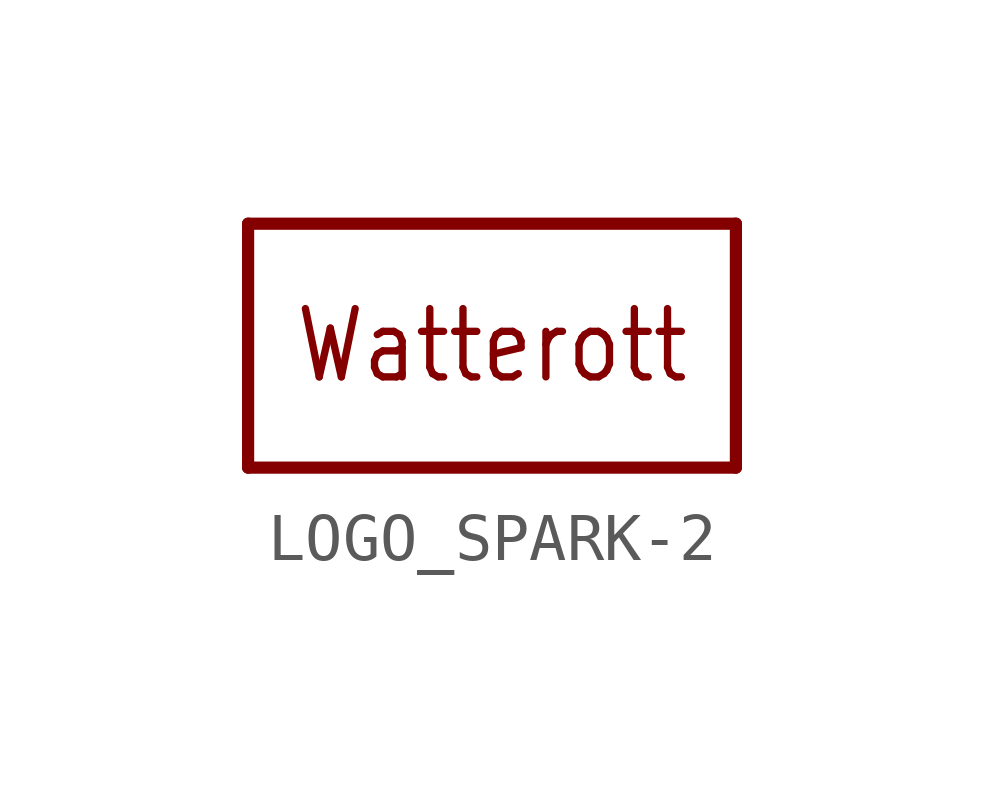
<source format=kicad_sym>
(kicad_symbol_lib
  (version 20231120)
  (generator "kicad_symbol_editor")
  (generator_version "8.0")
  (symbol "LOGO_SPARK-2"
    (property "Reference" "LOGO"
      (at 0 0 0)
      (effects (font (size 1.27 1.27)) (hide yes)))
    (property "ki_locked" ""
      (at 0 0 0)
      (effects (font (size 1.27 1.27))))
    (symbol "LOGO_SPARK-2_1_0"
      (polyline (pts (xy -5.08 -2.54) (xy -5.08 2.54)) (stroke (width 0.254) (type solid)) (fill (type none)))
      (polyline (pts (xy -5.08 2.54) (xy 5.08 2.54)) (stroke (width 0.254) (type solid)) (fill (type none)))
      (polyline (pts (xy 5.08 -2.54) (xy -5.08 -2.54)) (stroke (width 0.254) (type solid)) (fill (type none)))
      (polyline (pts (xy 5.08 2.54) (xy 5.08 -2.54)) (stroke (width 0.254) (type solid)) (fill (type none)))
      (text "Watterott" (at 0 0 0) (effects (font (size 1.422 1.209)))))))
</source>
